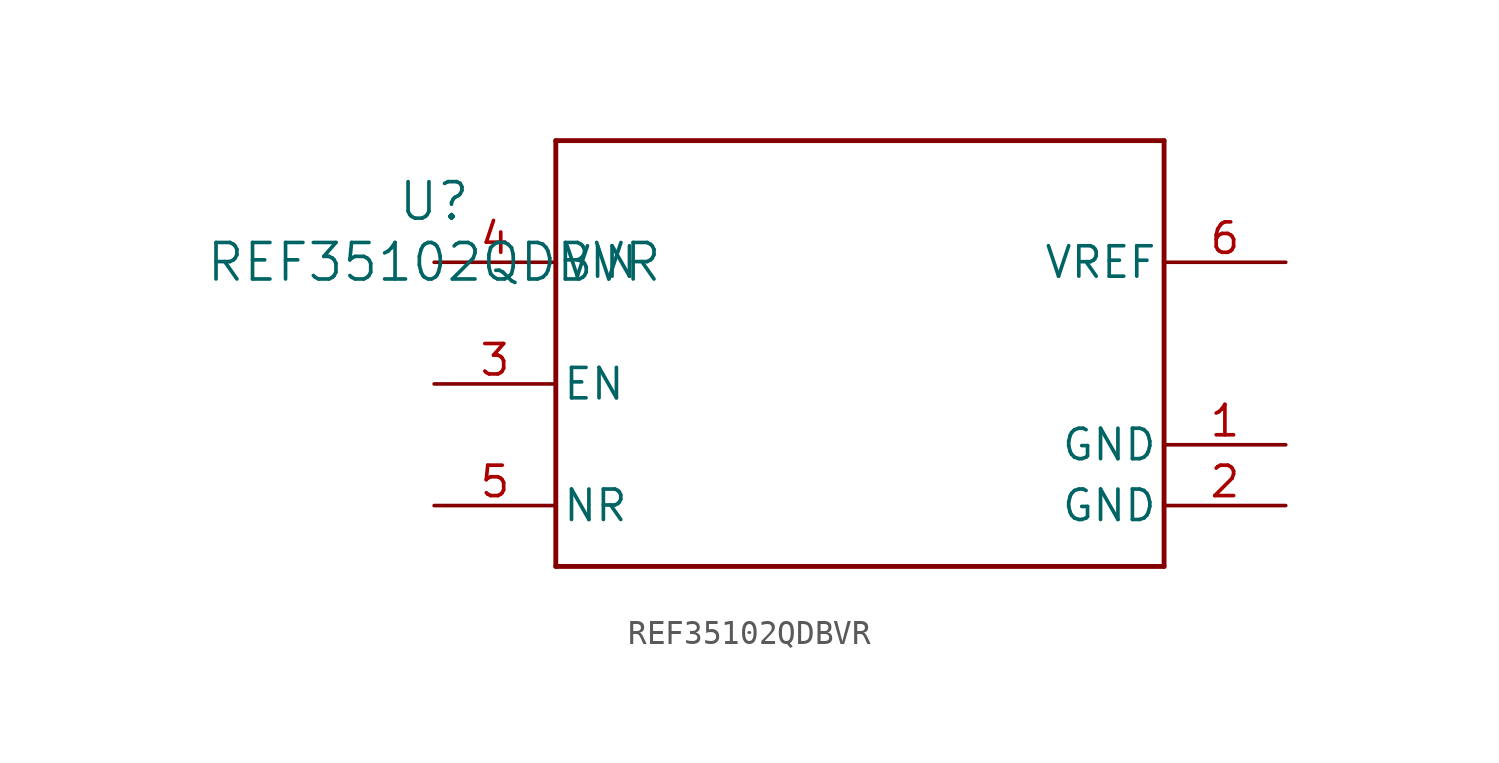
<source format=kicad_sym>
(kicad_symbol_lib
  (version 20211014)
  (generator kicad_symbol_editor)
  (symbol "REF35102QDBVR"
    (pin_names
      (offset 0.254))
    (property "Reference" "U"
      (at 0 2.54 0)
      (effects (font (size 1.524 1.524))))
    (property "Value" "REF35102QDBVR"
      (at 0 0 0)
      (effects (font (size 1.524 1.524))))
    (symbol "REF35102QDBVR_0_1"
      (polyline (pts (xy 5.08 -12.7) (xy 30.48 -12.7)) (stroke (width 0.203) (type default) (color 0 0 0 0)) (fill (type none)))
      (polyline (pts (xy 30.48 -12.7) (xy 30.48 5.08)) (stroke (width 0.203) (type default) (color 0 0 0 0)) (fill (type none)))
      (polyline (pts (xy 30.48 5.08) (xy 5.08 5.08)) (stroke (width 0.203) (type default) (color 0 0 0 0)) (fill (type none)))
      (polyline (pts (xy 5.08 5.08) (xy 5.08 -12.7)) (stroke (width 0.203) (type default) (color 0 0 0 0)) (fill (type none)))
      (pin power_in line (at 35.56 -7.62 180) (length 5.08) (name "GND" (effects (font (size 1.27 1.27)))) (number "1" (effects (font (size 1.27 1.27)))))
      (pin power_in line (at 35.56 -10.16 180) (length 5.08) (name "GND" (effects (font (size 1.27 1.27)))) (number "2" (effects (font (size 1.27 1.27)))))
      (pin input line (at 0 -5.08 0) (length 5.08) (name "EN" (effects (font (size 1.27 1.27)))) (number "3" (effects (font (size 1.27 1.27)))))
      (pin power_in line (at 0 0 0) (length 5.08) (name "VIN" (effects (font (size 1.27 1.27)))) (number "4" (effects (font (size 1.27 1.27)))))
      (pin unspecified line (at 0 -10.16 0) (length 5.08) (name "NR" (effects (font (size 1.27 1.27)))) (number "5" (effects (font (size 1.27 1.27)))))
      (pin unspecified line (at 35.56 0 180) (length 5.08) (name "VREF" (effects (font (size 1.27 1.27)))) (number "6" (effects (font (size 1.27 1.27))))))))
</source>
